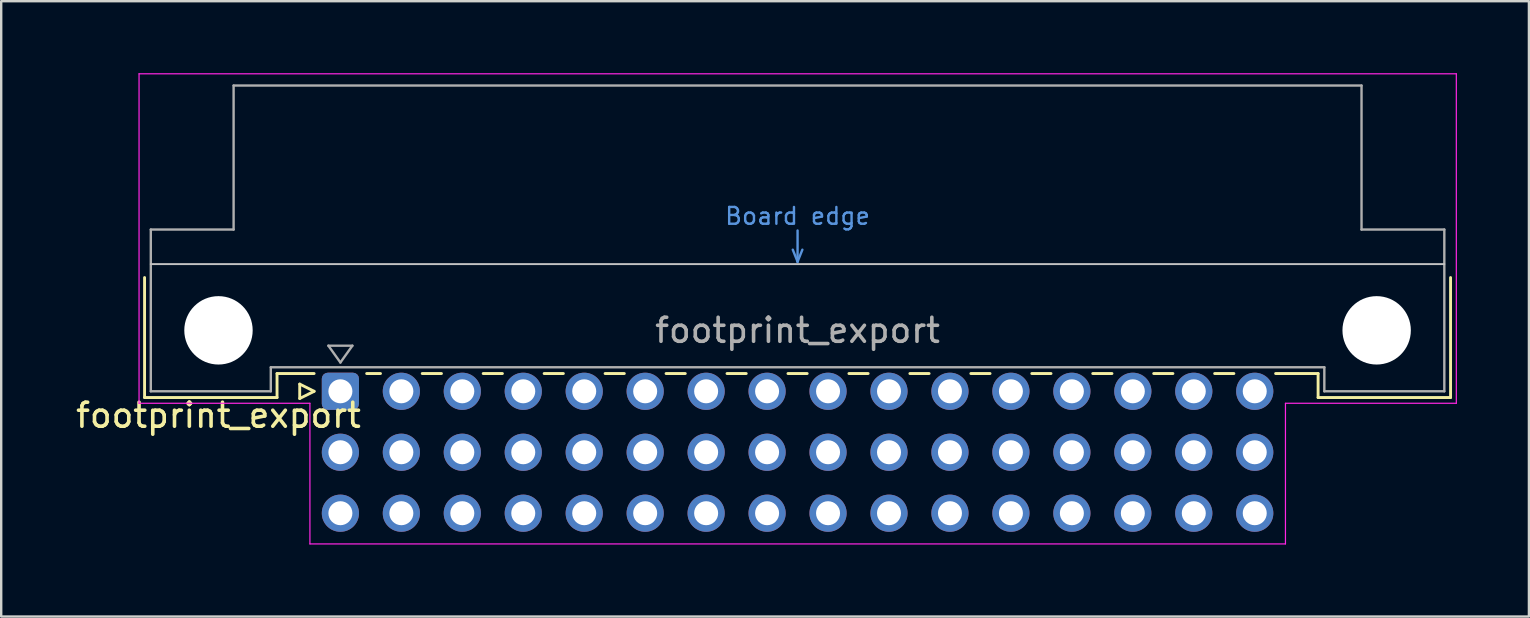
<source format=kicad_pcb>
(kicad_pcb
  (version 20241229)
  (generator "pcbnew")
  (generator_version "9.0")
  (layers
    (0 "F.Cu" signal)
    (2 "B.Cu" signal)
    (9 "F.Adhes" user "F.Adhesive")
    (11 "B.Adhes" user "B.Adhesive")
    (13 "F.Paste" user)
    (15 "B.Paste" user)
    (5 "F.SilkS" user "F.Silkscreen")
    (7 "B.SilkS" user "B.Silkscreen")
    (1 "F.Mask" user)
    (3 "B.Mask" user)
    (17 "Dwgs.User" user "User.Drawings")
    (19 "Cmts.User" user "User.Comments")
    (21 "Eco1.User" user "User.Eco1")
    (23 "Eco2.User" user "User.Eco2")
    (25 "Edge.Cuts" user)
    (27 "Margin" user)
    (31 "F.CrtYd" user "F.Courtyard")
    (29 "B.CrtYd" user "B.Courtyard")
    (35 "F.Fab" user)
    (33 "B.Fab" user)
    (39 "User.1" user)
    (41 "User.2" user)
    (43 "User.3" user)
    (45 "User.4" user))
  (footprint "footprint_export"
    (layer "F.Cu")
    (at 11.134 13.255)
    (property "Reference" "footprint_export" (at -5.08 1 0) (layer "F.SilkS") (effects (font (size 1 1) (thickness 0.15))))
    (attr through_hole)
    (fp_line (start -8.16 -4.74) (end -8.16 0.26) (stroke (width 0.12) (type solid)) (layer "F.SilkS"))
    (fp_line (start -8.16 0.26) (end -2.64 0.26) (stroke (width 0.12) (type solid)) (layer "F.SilkS"))
    (fp_line (start -2.64 -0.74) (end -1.095 -0.74) (stroke (width 0.12) (type solid)) (layer "F.SilkS"))
    (fp_line (start -2.64 0.26) (end -2.64 -0.74) (stroke (width 0.12) (type solid)) (layer "F.SilkS"))
    (fp_line (start -1.695 -0.3) (end -1.695 0.3) (stroke (width 0.12) (type solid)) (layer "F.SilkS"))
    (fp_line (start -1.695 0.3) (end -1.095 0) (stroke (width 0.12) (type solid)) (layer "F.SilkS"))
    (fp_line (start -1.095 0) (end -1.695 -0.3) (stroke (width 0.12) (type solid)) (layer "F.SilkS"))
    (fp_line (start 1.095 -0.74) (end 1.671 -0.74) (stroke (width 0.12) (type solid)) (layer "F.SilkS"))
    (fp_line (start 3.41 -0.74) (end 4.211 -0.74) (stroke (width 0.12) (type solid)) (layer "F.SilkS"))
    (fp_line (start 5.95 -0.74) (end 6.751 -0.74) (stroke (width 0.12) (type solid)) (layer "F.SilkS"))
    (fp_line (start 8.49 -0.74) (end 9.291 -0.74) (stroke (width 0.12) (type solid)) (layer "F.SilkS"))
    (fp_line (start 11.03 -0.74) (end 11.831 -0.74) (stroke (width 0.12) (type solid)) (layer "F.SilkS"))
    (fp_line (start 13.57 -0.74) (end 14.371 -0.74) (stroke (width 0.12) (type solid)) (layer "F.SilkS"))
    (fp_line (start 16.11 -0.74) (end 16.911 -0.74) (stroke (width 0.12) (type solid)) (layer "F.SilkS"))
    (fp_line (start 18.65 -0.74) (end 19.451 -0.74) (stroke (width 0.12) (type solid)) (layer "F.SilkS"))
    (fp_line (start 21.19 -0.74) (end 21.991 -0.74) (stroke (width 0.12) (type solid)) (layer "F.SilkS"))
    (fp_line (start 23.73 -0.74) (end 24.531 -0.74) (stroke (width 0.12) (type solid)) (layer "F.SilkS"))
    (fp_line (start 26.27 -0.74) (end 27.071 -0.74) (stroke (width 0.12) (type solid)) (layer "F.SilkS"))
    (fp_line (start 28.81 -0.74) (end 29.611 -0.74) (stroke (width 0.12) (type solid)) (layer "F.SilkS"))
    (fp_line (start 31.35 -0.74) (end 32.151 -0.74) (stroke (width 0.12) (type solid)) (layer "F.SilkS"))
    (fp_line (start 33.89 -0.74) (end 34.691 -0.74) (stroke (width 0.12) (type solid)) (layer "F.SilkS"))
    (fp_line (start 36.43 -0.74) (end 37.231 -0.74) (stroke (width 0.12) (type solid)) (layer "F.SilkS"))
    (fp_line (start 38.97 -0.74) (end 40.74 -0.74) (stroke (width 0.12) (type solid)) (layer "F.SilkS"))
    (fp_line (start 40.74 0.26) (end 40.74 -0.74) (stroke (width 0.12) (type solid)) (layer "F.SilkS"))
    (fp_line (start 46.26 -4.74) (end 46.26 0.26) (stroke (width 0.12) (type solid)) (layer "F.SilkS"))
    (fp_line (start 46.26 0.26) (end 40.74 0.26) (stroke (width 0.12) (type solid)) (layer "F.SilkS"))
    (fp_line (start -7.9 -5.3) (end 46 -5.3) (stroke (width 0.08) (type solid)) (layer "Dwgs.User"))
    (fp_line (start 18.85 -5.9) (end 19.05 -5.4) (stroke (width 0.1) (type solid)) (layer "Cmts.User"))
    (fp_line (start 19.05 -5.4) (end 19.05 -6.7) (stroke (width 0.1) (type solid)) (layer "Cmts.User"))
    (fp_line (start 19.05 -5.4) (end 19.25 -5.9) (stroke (width 0.1) (type solid)) (layer "Cmts.User"))
    (fp_line (start -8.39 -13.23) (end -8.39 0.5) (stroke (width 0.05) (type solid)) (layer "F.CrtYd"))
    (fp_line (start -8.39 0.5) (end -1.27 0.5) (stroke (width 0.05) (type solid)) (layer "F.CrtYd"))
    (fp_line (start -1.27 0.5) (end -1.27 6.36) (stroke (width 0.05) (type solid)) (layer "F.CrtYd"))
    (fp_line (start -1.27 6.36) (end 39.38 6.36) (stroke (width 0.05) (type solid)) (layer "F.CrtYd"))
    (fp_line (start 39.38 0.5) (end 46.5 0.5) (stroke (width 0.05) (type solid)) (layer "F.CrtYd"))
    (fp_line (start 39.38 6.36) (end 39.38 0.5) (stroke (width 0.05) (type solid)) (layer "F.CrtYd"))
    (fp_line (start 46.5 -13.23) (end -8.39 -13.23) (stroke (width 0.05) (type solid)) (layer "F.CrtYd"))
    (fp_line (start 46.5 0.5) (end 46.5 -13.23) (stroke (width 0.05) (type solid)) (layer "F.CrtYd"))
    (fp_line (start -7.9 -6.74) (end -7.9 0) (stroke (width 0.1) (type solid)) (layer "F.Fab"))
    (fp_line (start -7.9 0) (end -2.9 0) (stroke (width 0.1) (type solid)) (layer "F.Fab"))
    (fp_line (start -4.45 -12.74) (end -4.45 -6.74) (stroke (width 0.1) (type solid)) (layer "F.Fab"))
    (fp_line (start -4.45 -6.74) (end -7.9 -6.74) (stroke (width 0.1) (type solid)) (layer "F.Fab"))
    (fp_line (start -2.9 -1) (end 41 -1) (stroke (width 0.1) (type solid)) (layer "F.Fab"))
    (fp_line (start -2.9 0) (end -2.9 -1) (stroke (width 0.1) (type solid)) (layer "F.Fab"))
    (fp_line (start -0.5 -1.9) (end 0.5 -1.9) (stroke (width 0.1) (type solid)) (layer "F.Fab"))
    (fp_line (start 0 -1.2) (end -0.5 -1.9) (stroke (width 0.1) (type solid)) (layer "F.Fab"))
    (fp_line (start 0.5 -1.9) (end 0 -1.2) (stroke (width 0.1) (type solid)) (layer "F.Fab"))
    (fp_line (start 41 -1) (end 41 0) (stroke (width 0.1) (type solid)) (layer "F.Fab"))
    (fp_line (start 41 0) (end 46 0) (stroke (width 0.1) (type solid)) (layer "F.Fab"))
    (fp_line (start 42.55 -12.74) (end -4.45 -12.74) (stroke (width 0.1) (type solid)) (layer "F.Fab"))
    (fp_line (start 42.55 -6.74) (end 42.55 -12.74) (stroke (width 0.1) (type solid)) (layer "F.Fab"))
    (fp_line (start 46 -6.74) (end 42.55 -6.74) (stroke (width 0.1) (type solid)) (layer "F.Fab"))
    (fp_line (start 46 0) (end 46 -6.74) (stroke (width 0.1) (type solid)) (layer "F.Fab"))
    (fp_text user "Board edge" (at 19.05 -7.3 0) (layer "Cmts.User") (effects (font (size 0.7 0.7) (thickness 0.1))))
    (fp_text user "${REFERENCE}" (at 19.05 -2.54 0) (layer "F.Fab") (effects (font (size 1 1) (thickness 0.15))))
    (pad "" np_thru_hole circle (at -5.08 -2.54) (size 2.85 2.85) (drill 2.85) (layers "*.Cu" "*.Mask"))
    (pad "" np_thru_hole circle (at 43.18 -2.54) (size 2.85 2.85) (drill 2.85) (layers "*.Cu" "*.Mask"))
    (pad "a1" thru_hole roundrect (at 0 0) (size 1.55 1.55) (drill 1) (layers "*.Cu" "*.Mask") (roundrect_rratio 0.161))
    (pad "a2" thru_hole circle (at 2.54 0) (size 1.55 1.55) (drill 1) (layers "*.Cu" "*.Mask"))
    (pad "a3" thru_hole circle (at 5.08 0) (size 1.55 1.55) (drill 1) (layers "*.Cu" "*.Mask"))
    (pad "a4" thru_hole circle (at 7.62 0) (size 1.55 1.55) (drill 1) (layers "*.Cu" "*.Mask"))
    (pad "a5" thru_hole circle (at 10.16 0) (size 1.55 1.55) (drill 1) (layers "*.Cu" "*.Mask"))
    (pad "a6" thru_hole circle (at 12.7 0) (size 1.55 1.55) (drill 1) (layers "*.Cu" "*.Mask"))
    (pad "a7" thru_hole circle (at 15.24 0) (size 1.55 1.55) (drill 1) (layers "*.Cu" "*.Mask"))
    (pad "a8" thru_hole circle (at 17.78 0) (size 1.55 1.55) (drill 1) (layers "*.Cu" "*.Mask"))
    (pad "a9" thru_hole circle (at 20.32 0) (size 1.55 1.55) (drill 1) (layers "*.Cu" "*.Mask"))
    (pad "a10" thru_hole circle (at 22.86 0) (size 1.55 1.55) (drill 1) (layers "*.Cu" "*.Mask"))
    (pad "a11" thru_hole circle (at 25.4 0) (size 1.55 1.55) (drill 1) (layers "*.Cu" "*.Mask"))
    (pad "a12" thru_hole circle (at 27.94 0) (size 1.55 1.55) (drill 1) (layers "*.Cu" "*.Mask"))
    (pad "a13" thru_hole circle (at 30.48 0) (size 1.55 1.55) (drill 1) (layers "*.Cu" "*.Mask"))
    (pad "a14" thru_hole circle (at 33.02 0) (size 1.55 1.55) (drill 1) (layers "*.Cu" "*.Mask"))
    (pad "a15" thru_hole circle (at 35.56 0) (size 1.55 1.55) (drill 1) (layers "*.Cu" "*.Mask"))
    (pad "a16" thru_hole circle (at 38.1 0) (size 1.55 1.55) (drill 1) (layers "*.Cu" "*.Mask"))
    (pad "b1" thru_hole circle (at 0 2.54) (size 1.55 1.55) (drill 1) (layers "*.Cu" "*.Mask"))
    (pad "b2" thru_hole circle (at 2.54 2.54) (size 1.55 1.55) (drill 1) (layers "*.Cu" "*.Mask"))
    (pad "b3" thru_hole circle (at 5.08 2.54) (size 1.55 1.55) (drill 1) (layers "*.Cu" "*.Mask"))
    (pad "b4" thru_hole circle (at 7.62 2.54) (size 1.55 1.55) (drill 1) (layers "*.Cu" "*.Mask"))
    (pad "b5" thru_hole circle (at 10.16 2.54) (size 1.55 1.55) (drill 1) (layers "*.Cu" "*.Mask"))
    (pad "b6" thru_hole circle (at 12.7 2.54) (size 1.55 1.55) (drill 1) (layers "*.Cu" "*.Mask"))
    (pad "b7" thru_hole circle (at 15.24 2.54) (size 1.55 1.55) (drill 1) (layers "*.Cu" "*.Mask"))
    (pad "b8" thru_hole circle (at 17.78 2.54) (size 1.55 1.55) (drill 1) (layers "*.Cu" "*.Mask"))
    (pad "b9" thru_hole circle (at 20.32 2.54) (size 1.55 1.55) (drill 1) (layers "*.Cu" "*.Mask"))
    (pad "b10" thru_hole circle (at 22.86 2.54) (size 1.55 1.55) (drill 1) (layers "*.Cu" "*.Mask"))
    (pad "b11" thru_hole circle (at 25.4 2.54) (size 1.55 1.55) (drill 1) (layers "*.Cu" "*.Mask"))
    (pad "b12" thru_hole circle (at 27.94 2.54) (size 1.55 1.55) (drill 1) (layers "*.Cu" "*.Mask"))
    (pad "b13" thru_hole circle (at 30.48 2.54) (size 1.55 1.55) (drill 1) (layers "*.Cu" "*.Mask"))
    (pad "b14" thru_hole circle (at 33.02 2.54) (size 1.55 1.55) (drill 1) (layers "*.Cu" "*.Mask"))
    (pad "b15" thru_hole circle (at 35.56 2.54) (size 1.55 1.55) (drill 1) (layers "*.Cu" "*.Mask"))
    (pad "b16" thru_hole circle (at 38.1 2.54) (size 1.55 1.55) (drill 1) (layers "*.Cu" "*.Mask"))
    (pad "c1" thru_hole circle (at 0 5.08) (size 1.55 1.55) (drill 1) (layers "*.Cu" "*.Mask"))
    (pad "c2" thru_hole circle (at 2.54 5.08) (size 1.55 1.55) (drill 1) (layers "*.Cu" "*.Mask"))
    (pad "c3" thru_hole circle (at 5.08 5.08) (size 1.55 1.55) (drill 1) (layers "*.Cu" "*.Mask"))
    (pad "c4" thru_hole circle (at 7.62 5.08) (size 1.55 1.55) (drill 1) (layers "*.Cu" "*.Mask"))
    (pad "c5" thru_hole circle (at 10.16 5.08) (size 1.55 1.55) (drill 1) (layers "*.Cu" "*.Mask"))
    (pad "c6" thru_hole circle (at 12.7 5.08) (size 1.55 1.55) (drill 1) (layers "*.Cu" "*.Mask"))
    (pad "c7" thru_hole circle (at 15.24 5.08) (size 1.55 1.55) (drill 1) (layers "*.Cu" "*.Mask"))
    (pad "c8" thru_hole circle (at 17.78 5.08) (size 1.55 1.55) (drill 1) (layers "*.Cu" "*.Mask"))
    (pad "c9" thru_hole circle (at 20.32 5.08) (size 1.55 1.55) (drill 1) (layers "*.Cu" "*.Mask"))
    (pad "c10" thru_hole circle (at 22.86 5.08) (size 1.55 1.55) (drill 1) (layers "*.Cu" "*.Mask"))
    (pad "c11" thru_hole circle (at 25.4 5.08) (size 1.55 1.55) (drill 1) (layers "*.Cu" "*.Mask"))
    (pad "c12" thru_hole circle (at 27.94 5.08) (size 1.55 1.55) (drill 1) (layers "*.Cu" "*.Mask"))
    (pad "c13" thru_hole circle (at 30.48 5.08) (size 1.55 1.55) (drill 1) (layers "*.Cu" "*.Mask"))
    (pad "c14" thru_hole circle (at 33.02 5.08) (size 1.55 1.55) (drill 1) (layers "*.Cu" "*.Mask"))
    (pad "c15" thru_hole circle (at 35.56 5.08) (size 1.55 1.55) (drill 1) (layers "*.Cu" "*.Mask"))
    (pad "c16" thru_hole circle (at 38.1 5.08) (size 1.55 1.55) (drill 1) (layers "*.Cu" "*.Mask")))
  (gr_rect
    (start -3 -3)
    (end 60.659 22.64)
    (stroke (width 0.1) (type default))
    (fill no)
    (layer "Edge.Cuts")))
</source>
